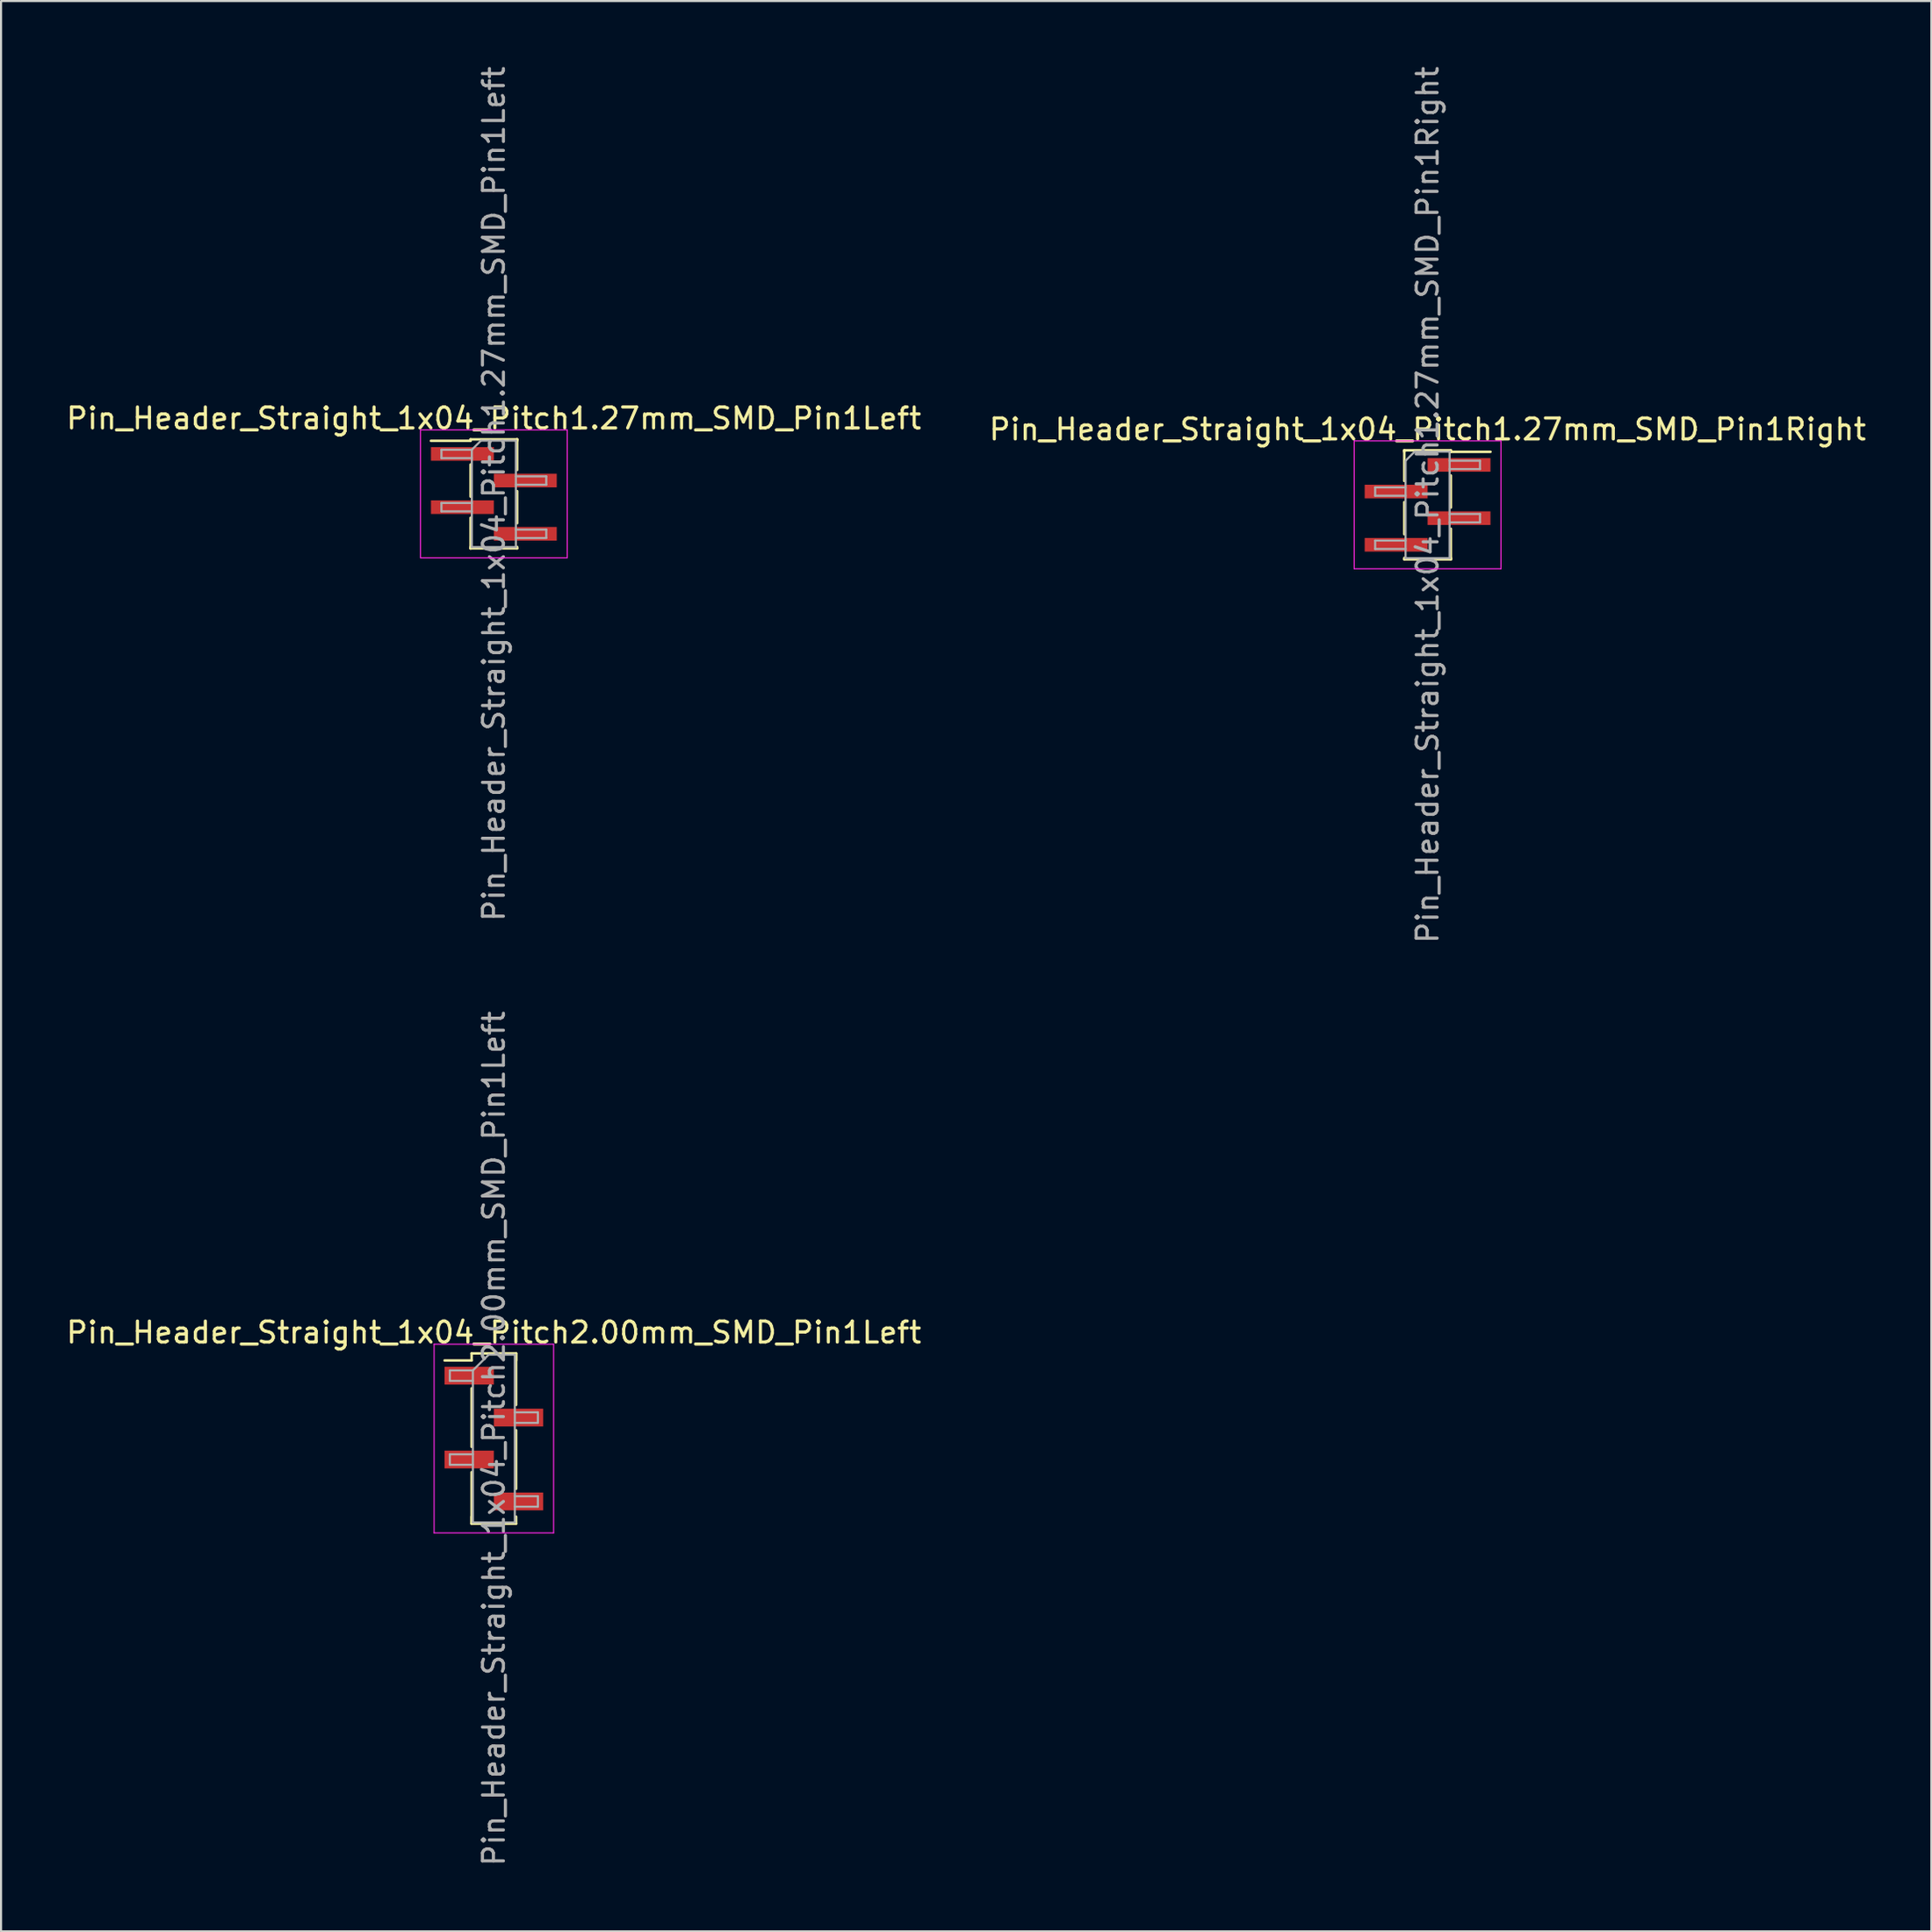
<source format=kicad_pcb>
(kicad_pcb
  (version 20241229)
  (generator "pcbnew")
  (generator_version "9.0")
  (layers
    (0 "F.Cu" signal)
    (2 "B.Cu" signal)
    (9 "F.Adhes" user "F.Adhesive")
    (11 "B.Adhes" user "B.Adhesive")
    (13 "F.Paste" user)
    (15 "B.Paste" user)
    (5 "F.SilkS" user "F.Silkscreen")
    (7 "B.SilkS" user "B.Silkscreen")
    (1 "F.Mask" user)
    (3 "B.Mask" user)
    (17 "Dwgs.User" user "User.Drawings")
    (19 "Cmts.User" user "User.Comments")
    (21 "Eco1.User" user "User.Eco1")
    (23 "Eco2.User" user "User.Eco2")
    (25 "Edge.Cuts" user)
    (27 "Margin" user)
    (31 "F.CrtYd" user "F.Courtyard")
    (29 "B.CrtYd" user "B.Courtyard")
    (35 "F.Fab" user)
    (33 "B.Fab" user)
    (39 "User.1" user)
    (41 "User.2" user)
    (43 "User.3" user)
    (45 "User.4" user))
  (footprint "Pin_Header_Straight_1x04_Pitch1.27mm_SMD_Pin1Right"
    (layer "F.Cu")
    (at 65.042 21.03)
    (property "Reference" "Pin_Header_Straight_1x04_Pitch1.27mm_SMD_Pin1Right" (at 0 -3.6 0) (layer "F.SilkS") (effects (font (size 1 1) (thickness 0.15))))
    (attr smd)
    (fp_line (start -1.11 -2.6) (end -1.11 -1.14) (stroke (width 0.12) (type solid)) (layer "F.SilkS"))
    (fp_line (start -1.11 -2.6) (end 1.11 -2.6) (stroke (width 0.12) (type solid)) (layer "F.SilkS"))
    (fp_line (start -1.11 -2.53) (end -1.11 -2.6) (stroke (width 0.12) (type solid)) (layer "F.SilkS"))
    (fp_line (start -1.11 -0.13) (end -1.11 1.4) (stroke (width 0.12) (type solid)) (layer "F.SilkS"))
    (fp_line (start -1.11 2.53) (end -1.11 2.6) (stroke (width 0.12) (type solid)) (layer "F.SilkS"))
    (fp_line (start -1.11 2.6) (end 1.11 2.6) (stroke (width 0.12) (type solid)) (layer "F.SilkS"))
    (fp_line (start 1.11 -2.6) (end 1.11 -2.53) (stroke (width 0.12) (type solid)) (layer "F.SilkS"))
    (fp_line (start 1.11 -2.53) (end 3 -2.53) (stroke (width 0.12) (type solid)) (layer "F.SilkS"))
    (fp_line (start 1.11 -1.4) (end 1.11 0.13) (stroke (width 0.12) (type solid)) (layer "F.SilkS"))
    (fp_line (start 1.11 1.14) (end 1.11 2.6) (stroke (width 0.12) (type solid)) (layer "F.SilkS"))
    (fp_line (start 1.11 2.6) (end 1.11 2.53) (stroke (width 0.12) (type solid)) (layer "F.SilkS"))
    (fp_line (start -3.5 -3.05) (end -3.5 3.05) (stroke (width 0.05) (type solid)) (layer "F.CrtYd"))
    (fp_line (start -3.5 3.05) (end 3.5 3.05) (stroke (width 0.05) (type solid)) (layer "F.CrtYd"))
    (fp_line (start 3.5 -3.05) (end -3.5 -3.05) (stroke (width 0.05) (type solid)) (layer "F.CrtYd"))
    (fp_line (start 3.5 3.05) (end 3.5 -3.05) (stroke (width 0.05) (type solid)) (layer "F.CrtYd"))
    (fp_line (start -2.5 -0.835) (end -2.5 -0.435) (stroke (width 0.1) (type solid)) (layer "F.Fab"))
    (fp_line (start -2.5 -0.435) (end -1.05 -0.435) (stroke (width 0.1) (type solid)) (layer "F.Fab"))
    (fp_line (start -2.5 1.705) (end -2.5 2.105) (stroke (width 0.1) (type solid)) (layer "F.Fab"))
    (fp_line (start -2.5 2.105) (end -1.05 2.105) (stroke (width 0.1) (type solid)) (layer "F.Fab"))
    (fp_line (start -1.05 -2.105) (end -0.615 -2.54) (stroke (width 0.1) (type solid)) (layer "F.Fab"))
    (fp_line (start -1.05 -0.835) (end -2.5 -0.835) (stroke (width 0.1) (type solid)) (layer "F.Fab"))
    (fp_line (start -1.05 1.705) (end -2.5 1.705) (stroke (width 0.1) (type solid)) (layer "F.Fab"))
    (fp_line (start -1.05 2.54) (end -1.05 -2.105) (stroke (width 0.1) (type solid)) (layer "F.Fab"))
    (fp_line (start -0.615 -2.54) (end 1.05 -2.54) (stroke (width 0.1) (type solid)) (layer "F.Fab"))
    (fp_line (start 1.05 -2.54) (end 1.05 2.54) (stroke (width 0.1) (type solid)) (layer "F.Fab"))
    (fp_line (start 1.05 -2.105) (end 2.5 -2.105) (stroke (width 0.1) (type solid)) (layer "F.Fab"))
    (fp_line (start 1.05 0.435) (end 2.5 0.435) (stroke (width 0.1) (type solid)) (layer "F.Fab"))
    (fp_line (start 1.05 2.54) (end -1.05 2.54) (stroke (width 0.1) (type solid)) (layer "F.Fab"))
    (fp_line (start 2.5 -2.105) (end 2.5 -1.705) (stroke (width 0.1) (type solid)) (layer "F.Fab"))
    (fp_line (start 2.5 -1.705) (end 1.05 -1.705) (stroke (width 0.1) (type solid)) (layer "F.Fab"))
    (fp_line (start 2.5 0.435) (end 2.5 0.835) (stroke (width 0.1) (type solid)) (layer "F.Fab"))
    (fp_line (start 2.5 0.835) (end 1.05 0.835) (stroke (width 0.1) (type solid)) (layer "F.Fab"))
    (fp_text user "${REFERENCE}" (at 0 0 90) (layer "F.Fab") (effects (font (size 1 1) (thickness 0.15))))
    (pad "1" smd rect (at 1.5 -1.905) (size 3 0.65) (layers "F.Cu" "F.Mask" "F.Paste"))
    (pad "2" smd rect (at -1.5 -0.635) (size 3 0.65) (layers "F.Cu" "F.Mask" "F.Paste"))
    (pad "3" smd rect (at 1.5 0.635) (size 3 0.65) (layers "F.Cu" "F.Mask" "F.Paste"))
    (pad "4" smd rect (at -1.5 1.905) (size 3 0.65) (layers "F.Cu" "F.Mask" "F.Paste")))
  (footprint "Pin_Header_Straight_1x04_Pitch1.27mm_SMD_Pin1Left"
    (layer "F.Cu")
    (at 20.506 20.506)
    (property "Reference" "Pin_Header_Straight_1x04_Pitch1.27mm_SMD_Pin1Left" (at 0 -3.6 0) (layer "F.SilkS") (effects (font (size 1 1) (thickness 0.15))))
    (attr smd)
    (fp_line (start -1.11 -2.6) (end 1.11 -2.6) (stroke (width 0.12) (type solid)) (layer "F.SilkS"))
    (fp_line (start -1.11 -2.53) (end -3 -2.53) (stroke (width 0.12) (type solid)) (layer "F.SilkS"))
    (fp_line (start -1.11 -2.53) (end -1.11 -2.6) (stroke (width 0.12) (type solid)) (layer "F.SilkS"))
    (fp_line (start -1.11 -1.4) (end -1.11 0.13) (stroke (width 0.12) (type solid)) (layer "F.SilkS"))
    (fp_line (start -1.11 1.14) (end -1.11 2.6) (stroke (width 0.12) (type solid)) (layer "F.SilkS"))
    (fp_line (start -1.11 2.53) (end -1.11 2.6) (stroke (width 0.12) (type solid)) (layer "F.SilkS"))
    (fp_line (start -1.11 2.6) (end 1.11 2.6) (stroke (width 0.12) (type solid)) (layer "F.SilkS"))
    (fp_line (start 1.11 -2.6) (end 1.11 -2.53) (stroke (width 0.12) (type solid)) (layer "F.SilkS"))
    (fp_line (start 1.11 -2.6) (end 1.11 -1.14) (stroke (width 0.12) (type solid)) (layer "F.SilkS"))
    (fp_line (start 1.11 -0.13) (end 1.11 1.4) (stroke (width 0.12) (type solid)) (layer "F.SilkS"))
    (fp_line (start 1.11 2.6) (end 1.11 2.53) (stroke (width 0.12) (type solid)) (layer "F.SilkS"))
    (fp_line (start -3.5 -3.05) (end -3.5 3.05) (stroke (width 0.05) (type solid)) (layer "F.CrtYd"))
    (fp_line (start -3.5 3.05) (end 3.5 3.05) (stroke (width 0.05) (type solid)) (layer "F.CrtYd"))
    (fp_line (start 3.5 -3.05) (end -3.5 -3.05) (stroke (width 0.05) (type solid)) (layer "F.CrtYd"))
    (fp_line (start 3.5 3.05) (end 3.5 -3.05) (stroke (width 0.05) (type solid)) (layer "F.CrtYd"))
    (fp_line (start -2.5 -2.105) (end -2.5 -1.705) (stroke (width 0.1) (type solid)) (layer "F.Fab"))
    (fp_line (start -2.5 -1.705) (end -1.05 -1.705) (stroke (width 0.1) (type solid)) (layer "F.Fab"))
    (fp_line (start -2.5 0.435) (end -2.5 0.835) (stroke (width 0.1) (type solid)) (layer "F.Fab"))
    (fp_line (start -2.5 0.835) (end -1.05 0.835) (stroke (width 0.1) (type solid)) (layer "F.Fab"))
    (fp_line (start -1.05 -2.105) (end -2.5 -2.105) (stroke (width 0.1) (type solid)) (layer "F.Fab"))
    (fp_line (start -1.05 -2.105) (end -0.615 -2.54) (stroke (width 0.1) (type solid)) (layer "F.Fab"))
    (fp_line (start -1.05 0.435) (end -2.5 0.435) (stroke (width 0.1) (type solid)) (layer "F.Fab"))
    (fp_line (start -1.05 2.54) (end -1.05 -2.105) (stroke (width 0.1) (type solid)) (layer "F.Fab"))
    (fp_line (start -0.615 -2.54) (end 1.05 -2.54) (stroke (width 0.1) (type solid)) (layer "F.Fab"))
    (fp_line (start 1.05 -2.54) (end 1.05 2.54) (stroke (width 0.1) (type solid)) (layer "F.Fab"))
    (fp_line (start 1.05 -0.835) (end 2.5 -0.835) (stroke (width 0.1) (type solid)) (layer "F.Fab"))
    (fp_line (start 1.05 1.705) (end 2.5 1.705) (stroke (width 0.1) (type solid)) (layer "F.Fab"))
    (fp_line (start 1.05 2.54) (end -1.05 2.54) (stroke (width 0.1) (type solid)) (layer "F.Fab"))
    (fp_line (start 2.5 -0.835) (end 2.5 -0.435) (stroke (width 0.1) (type solid)) (layer "F.Fab"))
    (fp_line (start 2.5 -0.435) (end 1.05 -0.435) (stroke (width 0.1) (type solid)) (layer "F.Fab"))
    (fp_line (start 2.5 1.705) (end 2.5 2.105) (stroke (width 0.1) (type solid)) (layer "F.Fab"))
    (fp_line (start 2.5 2.105) (end 1.05 2.105) (stroke (width 0.1) (type solid)) (layer "F.Fab"))
    (fp_text user "${REFERENCE}" (at 0 0 90) (layer "F.Fab") (effects (font (size 1 1) (thickness 0.15))))
    (pad "1" smd rect (at -1.5 -1.905) (size 3 0.65) (layers "F.Cu" "F.Mask" "F.Paste"))
    (pad "2" smd rect (at 1.5 -0.635) (size 3 0.65) (layers "F.Cu" "F.Mask" "F.Paste"))
    (pad "3" smd rect (at -1.5 0.635) (size 3 0.65) (layers "F.Cu" "F.Mask" "F.Paste"))
    (pad "4" smd rect (at 1.5 1.905) (size 3 0.65) (layers "F.Cu" "F.Mask" "F.Paste")))
  (footprint "Pin_Header_Straight_1x04_Pitch2.00mm_SMD_Pin1Left"
    (layer "F.Cu")
    (at 20.506 65.565)
    (property "Reference" "Pin_Header_Straight_1x04_Pitch2.00mm_SMD_Pin1Left" (at 0 -5.06 0) (layer "F.SilkS") (effects (font (size 1 1) (thickness 0.15))))
    (attr smd)
    (fp_line (start -1.06 -4.06) (end 1.06 -4.06) (stroke (width 0.12) (type solid)) (layer "F.SilkS"))
    (fp_line (start -1.06 -3.725) (end -2.35 -3.725) (stroke (width 0.12) (type solid)) (layer "F.SilkS"))
    (fp_line (start -1.06 -3.725) (end -1.06 -4.06) (stroke (width 0.12) (type solid)) (layer "F.SilkS"))
    (fp_line (start -1.06 -2.395) (end -1.06 0.395) (stroke (width 0.12) (type solid)) (layer "F.SilkS"))
    (fp_line (start -1.06 1.605) (end -1.06 4.06) (stroke (width 0.12) (type solid)) (layer "F.SilkS"))
    (fp_line (start -1.06 3.725) (end -1.06 4.06) (stroke (width 0.12) (type solid)) (layer "F.SilkS"))
    (fp_line (start -1.06 4.06) (end 1.06 4.06) (stroke (width 0.12) (type solid)) (layer "F.SilkS"))
    (fp_line (start 1.06 -4.06) (end 1.06 -3.725) (stroke (width 0.12) (type solid)) (layer "F.SilkS"))
    (fp_line (start 1.06 -4.06) (end 1.06 -1.605) (stroke (width 0.12) (type solid)) (layer "F.SilkS"))
    (fp_line (start 1.06 -0.395) (end 1.06 2.395) (stroke (width 0.12) (type solid)) (layer "F.SilkS"))
    (fp_line (start 1.06 4.06) (end 1.06 3.725) (stroke (width 0.12) (type solid)) (layer "F.SilkS"))
    (fp_line (start -2.85 -4.5) (end -2.85 4.5) (stroke (width 0.05) (type solid)) (layer "F.CrtYd"))
    (fp_line (start -2.85 4.5) (end 2.85 4.5) (stroke (width 0.05) (type solid)) (layer "F.CrtYd"))
    (fp_line (start 2.85 -4.5) (end -2.85 -4.5) (stroke (width 0.05) (type solid)) (layer "F.CrtYd"))
    (fp_line (start 2.85 4.5) (end 2.85 -4.5) (stroke (width 0.05) (type solid)) (layer "F.CrtYd"))
    (fp_line (start -2.1 -3.25) (end -2.1 -2.75) (stroke (width 0.1) (type solid)) (layer "F.Fab"))
    (fp_line (start -2.1 -2.75) (end -1 -2.75) (stroke (width 0.1) (type solid)) (layer "F.Fab"))
    (fp_line (start -2.1 0.75) (end -2.1 1.25) (stroke (width 0.1) (type solid)) (layer "F.Fab"))
    (fp_line (start -2.1 1.25) (end -1 1.25) (stroke (width 0.1) (type solid)) (layer "F.Fab"))
    (fp_line (start -1 -3.25) (end -2.1 -3.25) (stroke (width 0.1) (type solid)) (layer "F.Fab"))
    (fp_line (start -1 -3.25) (end -0.25 -4) (stroke (width 0.1) (type solid)) (layer "F.Fab"))
    (fp_line (start -1 0.75) (end -2.1 0.75) (stroke (width 0.1) (type solid)) (layer "F.Fab"))
    (fp_line (start -1 4) (end -1 -3.25) (stroke (width 0.1) (type solid)) (layer "F.Fab"))
    (fp_line (start -0.25 -4) (end 1 -4) (stroke (width 0.1) (type solid)) (layer "F.Fab"))
    (fp_line (start 1 -4) (end 1 4) (stroke (width 0.1) (type solid)) (layer "F.Fab"))
    (fp_line (start 1 -1.25) (end 2.1 -1.25) (stroke (width 0.1) (type solid)) (layer "F.Fab"))
    (fp_line (start 1 2.75) (end 2.1 2.75) (stroke (width 0.1) (type solid)) (layer "F.Fab"))
    (fp_line (start 1 4) (end -1 4) (stroke (width 0.1) (type solid)) (layer "F.Fab"))
    (fp_line (start 2.1 -1.25) (end 2.1 -0.75) (stroke (width 0.1) (type solid)) (layer "F.Fab"))
    (fp_line (start 2.1 -0.75) (end 1 -0.75) (stroke (width 0.1) (type solid)) (layer "F.Fab"))
    (fp_line (start 2.1 2.75) (end 2.1 3.25) (stroke (width 0.1) (type solid)) (layer "F.Fab"))
    (fp_line (start 2.1 3.25) (end 1 3.25) (stroke (width 0.1) (type solid)) (layer "F.Fab"))
    (fp_text user "${REFERENCE}" (at 0 0 90) (layer "F.Fab") (effects (font (size 1 1) (thickness 0.15))))
    (pad "1" smd rect (at -1.175 -3) (size 2.35 0.85) (layers "F.Cu" "F.Mask" "F.Paste"))
    (pad "2" smd rect (at 1.175 -1) (size 2.35 0.85) (layers "F.Cu" "F.Mask" "F.Paste"))
    (pad "3" smd rect (at -1.175 1) (size 2.35 0.85) (layers "F.Cu" "F.Mask" "F.Paste"))
    (pad "4" smd rect (at 1.175 3) (size 2.35 0.85) (layers "F.Cu" "F.Mask" "F.Paste")))
  (gr_rect
    (start -3 -3)
    (end 89.071 89.071)
    (stroke (width 0.1) (type default))
    (fill no)
    (layer "Edge.Cuts")))
</source>
